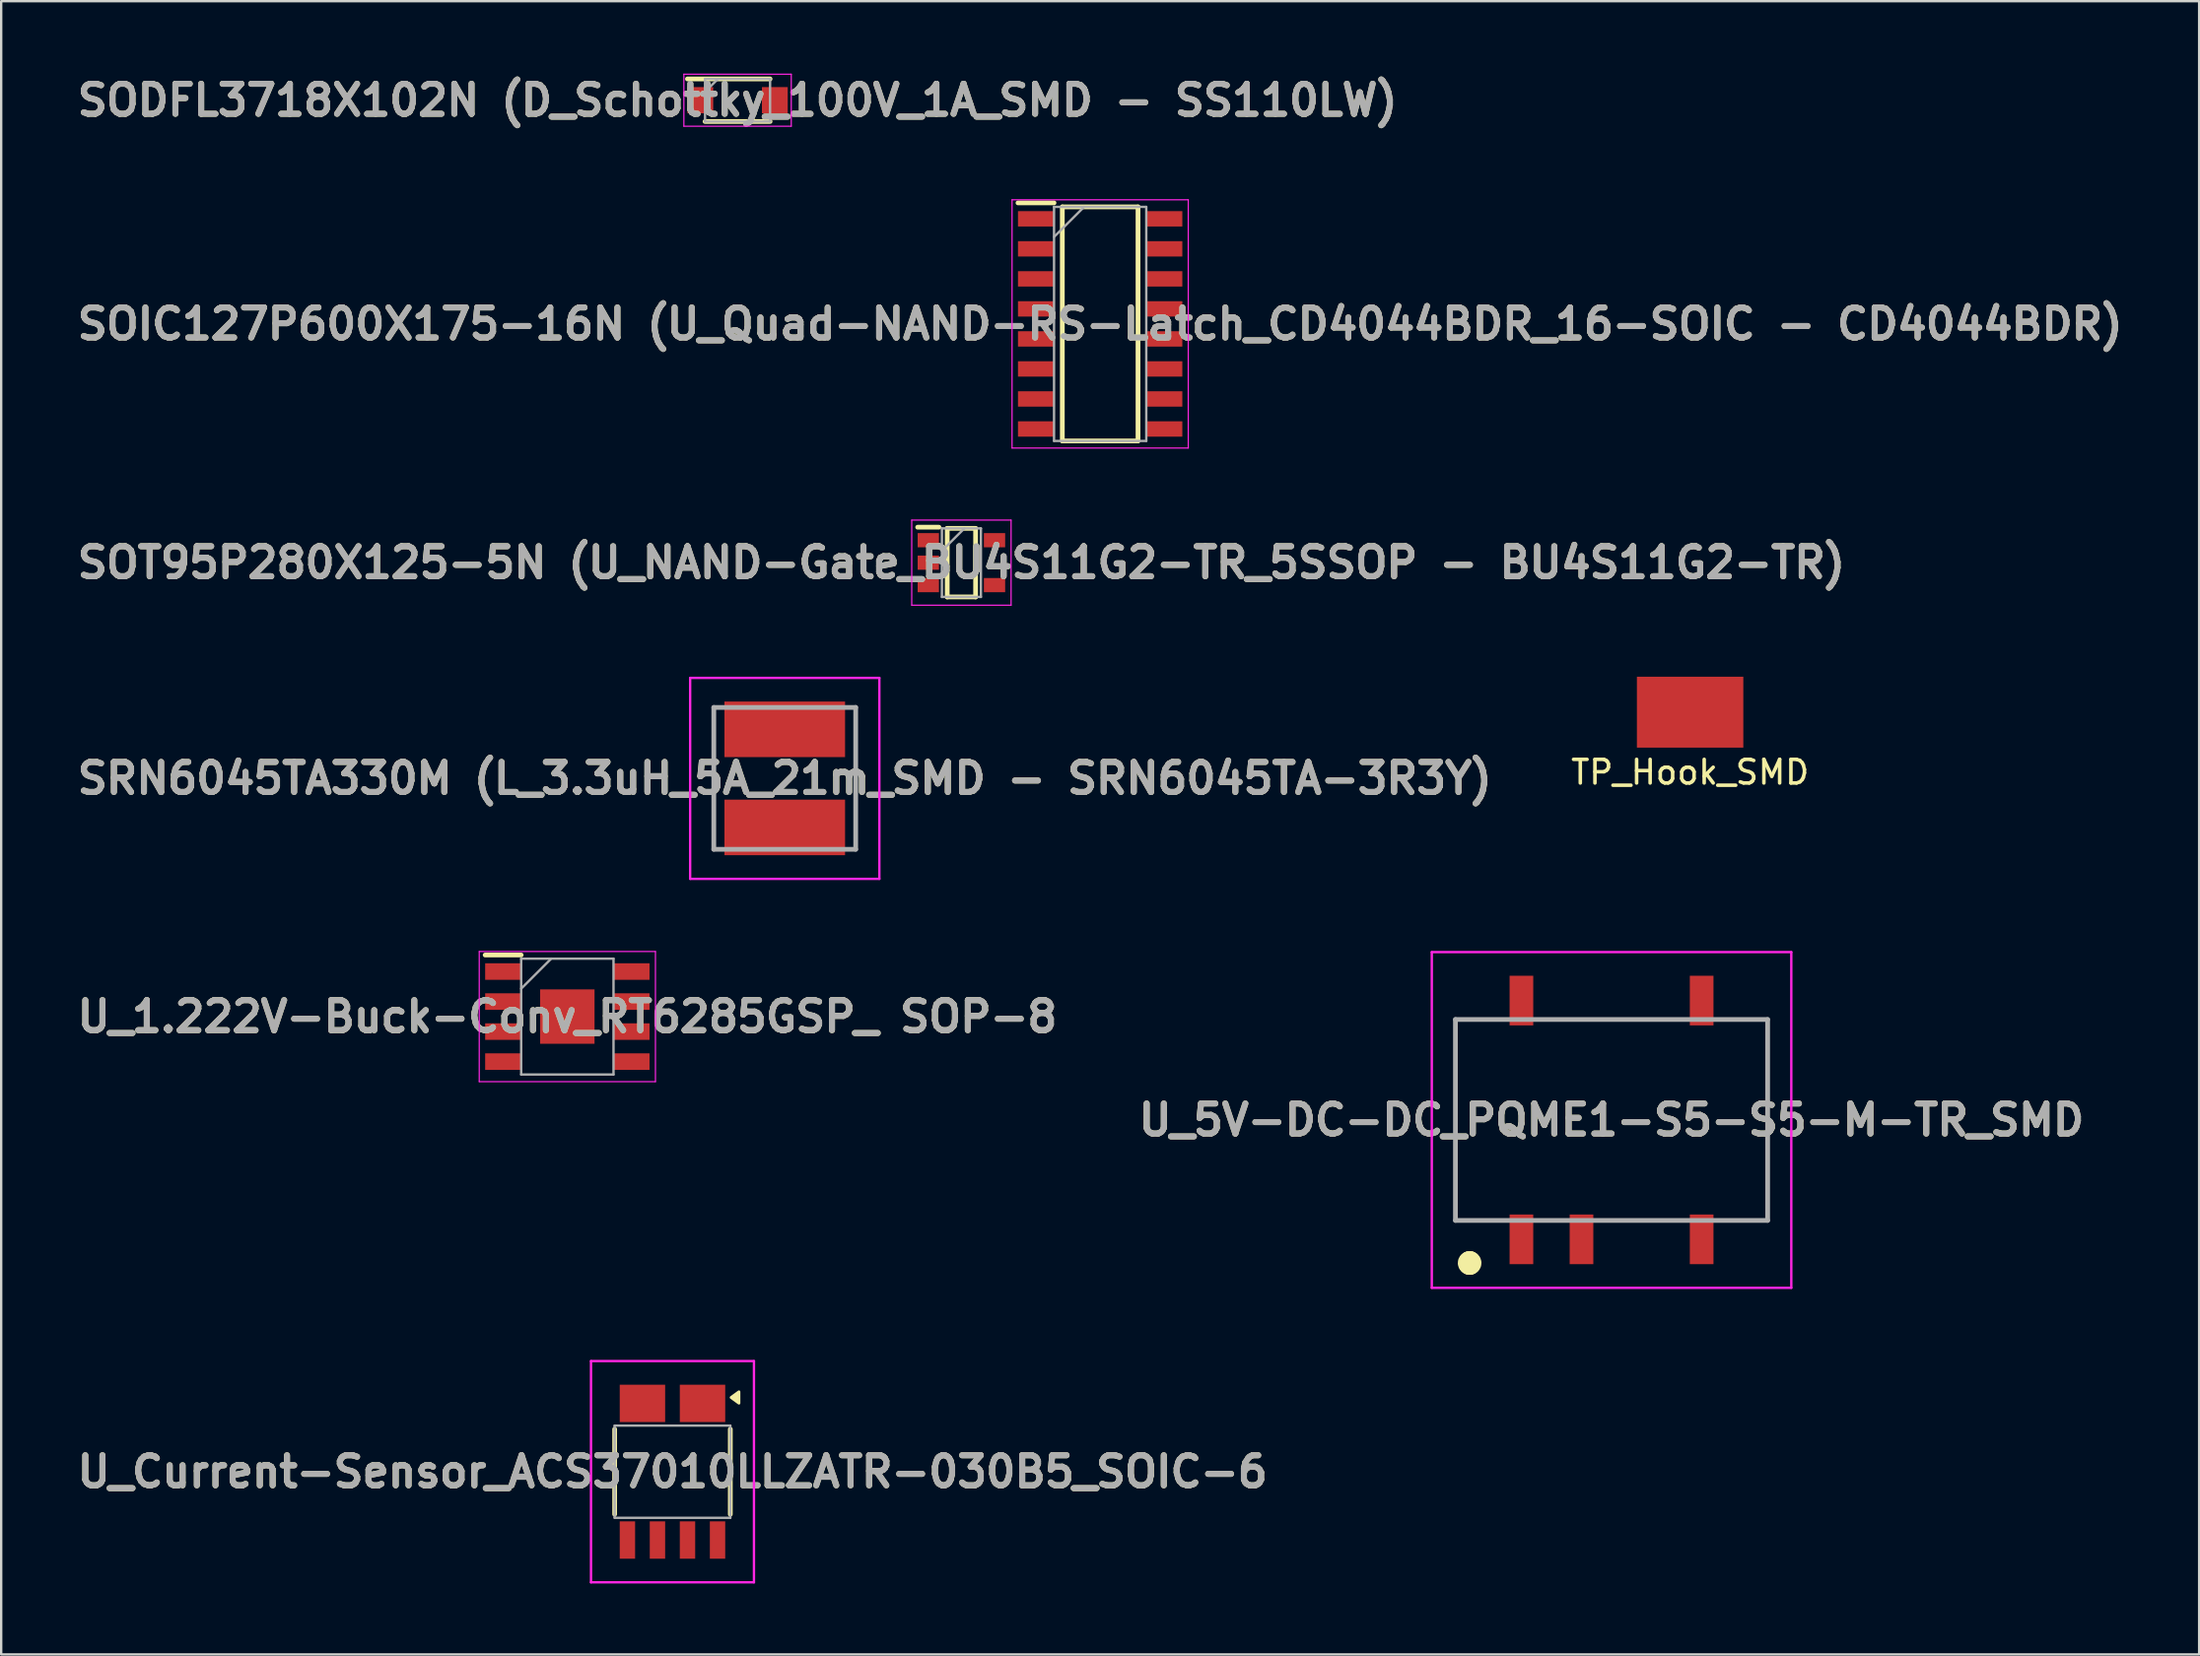
<source format=kicad_pcb>
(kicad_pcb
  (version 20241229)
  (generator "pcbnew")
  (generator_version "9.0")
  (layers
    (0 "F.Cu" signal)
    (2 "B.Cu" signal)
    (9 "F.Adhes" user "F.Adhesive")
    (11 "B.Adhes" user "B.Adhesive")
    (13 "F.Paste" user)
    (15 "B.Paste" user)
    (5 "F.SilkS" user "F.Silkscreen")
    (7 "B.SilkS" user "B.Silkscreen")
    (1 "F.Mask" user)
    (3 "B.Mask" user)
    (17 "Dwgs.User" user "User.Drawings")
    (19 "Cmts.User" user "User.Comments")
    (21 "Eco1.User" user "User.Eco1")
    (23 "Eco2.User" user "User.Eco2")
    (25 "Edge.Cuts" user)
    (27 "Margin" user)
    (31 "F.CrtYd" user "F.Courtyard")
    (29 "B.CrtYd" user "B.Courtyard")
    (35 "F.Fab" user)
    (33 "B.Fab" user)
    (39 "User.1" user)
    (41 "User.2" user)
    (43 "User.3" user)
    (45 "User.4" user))
  (footprint "SOIC127P600X175-16N (U_Quad-NAND-RS-Latch_CD4044BDR_16-SOIC - CD4044BDR)"
    (layer "F.Cu")
    (at 43.464 10.652)
    (property "Reference" "SOIC127P600X175-16N (U_Quad-NAND-RS-Latch_CD4044BDR_16-SOIC - CD4044BDR)" (at 0 0 0) (layer "F.SilkS") (effects (font (size 1.27 1.27) (thickness 0.254))))
    (attr smd)
    (fp_line (start -3.475 -5.12) (end -1.95 -5.12) (stroke (width 0.2) (type solid)) (layer "F.SilkS"))
    (fp_line (start -1.6 -4.95) (end 1.6 -4.95) (stroke (width 0.2) (type solid)) (layer "F.SilkS"))
    (fp_line (start -1.6 4.95) (end -1.6 -4.95) (stroke (width 0.2) (type solid)) (layer "F.SilkS"))
    (fp_line (start 1.6 -4.95) (end 1.6 4.95) (stroke (width 0.2) (type solid)) (layer "F.SilkS"))
    (fp_line (start 1.6 4.95) (end -1.6 4.95) (stroke (width 0.2) (type solid)) (layer "F.SilkS"))
    (fp_line (start -3.725 -5.25) (end 3.725 -5.25) (stroke (width 0.05) (type solid)) (layer "F.CrtYd"))
    (fp_line (start -3.725 5.25) (end -3.725 -5.25) (stroke (width 0.05) (type solid)) (layer "F.CrtYd"))
    (fp_line (start 3.725 -5.25) (end 3.725 5.25) (stroke (width 0.05) (type solid)) (layer "F.CrtYd"))
    (fp_line (start 3.725 5.25) (end -3.725 5.25) (stroke (width 0.05) (type solid)) (layer "F.CrtYd"))
    (fp_line (start -1.95 -4.95) (end 1.95 -4.95) (stroke (width 0.1) (type solid)) (layer "F.Fab"))
    (fp_line (start -1.95 -3.68) (end -0.68 -4.95) (stroke (width 0.1) (type solid)) (layer "F.Fab"))
    (fp_line (start -1.95 4.95) (end -1.95 -4.95) (stroke (width 0.1) (type solid)) (layer "F.Fab"))
    (fp_line (start 1.95 -4.95) (end 1.95 4.95) (stroke (width 0.1) (type solid)) (layer "F.Fab"))
    (fp_line (start 1.95 4.95) (end -1.95 4.95) (stroke (width 0.1) (type solid)) (layer "F.Fab"))
    (fp_text user "${REFERENCE}" (at 0 0 0) (layer "F.Fab") (effects (font (size 1.27 1.27) (thickness 0.254))))
    (pad "1" smd rect (at -2.712 -4.445 90) (size 0.65 1.525) (layers "F.Cu" "F.Mask" "F.Paste"))
    (pad "2" smd rect (at -2.712 -3.175 90) (size 0.65 1.525) (layers "F.Cu" "F.Mask" "F.Paste"))
    (pad "3" smd rect (at -2.712 -1.905 90) (size 0.65 1.525) (layers "F.Cu" "F.Mask" "F.Paste"))
    (pad "4" smd rect (at -2.712 -0.635 90) (size 0.65 1.525) (layers "F.Cu" "F.Mask" "F.Paste"))
    (pad "5" smd rect (at -2.712 0.635 90) (size 0.65 1.525) (layers "F.Cu" "F.Mask" "F.Paste"))
    (pad "6" smd rect (at -2.712 1.905 90) (size 0.65 1.525) (layers "F.Cu" "F.Mask" "F.Paste"))
    (pad "7" smd rect (at -2.712 3.175 90) (size 0.65 1.525) (layers "F.Cu" "F.Mask" "F.Paste"))
    (pad "8" smd rect (at -2.712 4.445 90) (size 0.65 1.525) (layers "F.Cu" "F.Mask" "F.Paste"))
    (pad "9" smd rect (at 2.712 4.445 90) (size 0.65 1.525) (layers "F.Cu" "F.Mask" "F.Paste"))
    (pad "10" smd rect (at 2.712 3.175 90) (size 0.65 1.525) (layers "F.Cu" "F.Mask" "F.Paste"))
    (pad "11" smd rect (at 2.712 1.905 90) (size 0.65 1.525) (layers "F.Cu" "F.Mask" "F.Paste"))
    (pad "12" smd rect (at 2.712 0.635 90) (size 0.65 1.525) (layers "F.Cu" "F.Mask" "F.Paste"))
    (pad "13" smd rect (at 2.712 -0.635 90) (size 0.65 1.525) (layers "F.Cu" "F.Mask" "F.Paste"))
    (pad "14" smd rect (at 2.712 -1.905 90) (size 0.65 1.525) (layers "F.Cu" "F.Mask" "F.Paste"))
    (pad "15" smd rect (at 2.712 -3.175 90) (size 0.65 1.525) (layers "F.Cu" "F.Mask" "F.Paste"))
    (pad "16" smd rect (at 2.712 -4.445 90) (size 0.65 1.525) (layers "F.Cu" "F.Mask" "F.Paste")))
  (footprint "U_1.222V-Buck-Conv_RT6285GSP_ SOP-8"
    (layer "F.Cu")
    (at 20.937 39.954)
    (property "Reference" "U_1.222V-Buck-Conv_RT6285GSP_ SOP-8" (at 0 0 0) (layer "F.SilkS") (effects (font (size 1.27 1.27) (thickness 0.254))))
    (attr smd)
    (fp_line (start -3.475 -2.605) (end -1.952 -2.605) (stroke (width 0.2) (type solid)) (layer "F.SilkS"))
    (fp_line (start -3.725 -2.752) (end 3.725 -2.752) (stroke (width 0.05) (type solid)) (layer "F.CrtYd"))
    (fp_line (start -3.725 2.752) (end -3.725 -2.752) (stroke (width 0.05) (type solid)) (layer "F.CrtYd"))
    (fp_line (start 3.725 -2.752) (end 3.725 2.752) (stroke (width 0.05) (type solid)) (layer "F.CrtYd"))
    (fp_line (start 3.725 2.752) (end -3.725 2.752) (stroke (width 0.05) (type solid)) (layer "F.CrtYd"))
    (fp_line (start -1.952 -2.451) (end 1.952 -2.451) (stroke (width 0.1) (type solid)) (layer "F.Fab"))
    (fp_line (start -1.952 -1.181) (end -0.682 -2.451) (stroke (width 0.1) (type solid)) (layer "F.Fab"))
    (fp_line (start -1.952 2.451) (end -1.952 -2.451) (stroke (width 0.1) (type solid)) (layer "F.Fab"))
    (fp_line (start 1.952 -2.451) (end 1.952 2.451) (stroke (width 0.1) (type solid)) (layer "F.Fab"))
    (fp_line (start 1.952 2.451) (end -1.952 2.451) (stroke (width 0.1) (type solid)) (layer "F.Fab"))
    (fp_text user "${REFERENCE}" (at 0 0 0) (layer "F.Fab") (effects (font (size 1.27 1.27) (thickness 0.254))))
    (pad "1" smd rect (at -2.714 -1.905 90) (size 0.7 1.522) (layers "F.Cu" "F.Mask" "F.Paste"))
    (pad "2" smd rect (at -2.714 -0.635 90) (size 0.7 1.522) (layers "F.Cu" "F.Mask" "F.Paste"))
    (pad "3" smd rect (at -2.714 0.635 90) (size 0.7 1.522) (layers "F.Cu" "F.Mask" "F.Paste"))
    (pad "4" smd rect (at -2.714 1.905 90) (size 0.7 1.522) (layers "F.Cu" "F.Mask" "F.Paste"))
    (pad "5" smd rect (at 2.714 1.905 90) (size 0.7 1.522) (layers "F.Cu" "F.Mask" "F.Paste"))
    (pad "6" smd rect (at 2.714 0.635 90) (size 0.7 1.522) (layers "F.Cu" "F.Mask" "F.Paste"))
    (pad "7" smd rect (at 2.714 -0.635 90) (size 0.7 1.522) (layers "F.Cu" "F.Mask" "F.Paste"))
    (pad "8" smd rect (at 2.714 -1.905 90) (size 0.7 1.522) (layers "F.Cu" "F.Mask" "F.Paste"))
    (pad "9" smd rect (at 0 0) (size 2.3 2.3) (layers "F.Cu" "F.Mask" "F.Paste")))
  (footprint "TP_Hook_SMD"
    (layer "F.Cu")
    (at 68.407 27.077)
    (property "Reference" "TP_Hook_SMD" (at 0 2.54 0) (layer "F.SilkS") (effects (font (size 1 1) (thickness 0.15))))
    (attr smd)
    (pad "1" smd rect (at 0 0) (size 4.5 3) (layers "F.Cu" "F.Mask" "F.Paste")))
  (footprint "SOT95P280X125-5N (U_NAND-Gate_BU4S11G2-TR_5SSOP - BU4S11G2-TR)"
    (layer "F.Cu")
    (at 37.598 20.752)
    (property "Reference" "SOT95P280X125-5N (U_NAND-Gate_BU4S11G2-TR_5SSOP - BU4S11G2-TR)" (at 0 0 0) (layer "F.SilkS") (effects (font (size 1.27 1.27) (thickness 0.254))))
    (attr smd)
    (fp_line (start -1.85 -1.5) (end -0.95 -1.5) (stroke (width 0.2) (type solid)) (layer "F.SilkS"))
    (fp_line (start -0.6 -1.45) (end 0.6 -1.45) (stroke (width 0.2) (type solid)) (layer "F.SilkS"))
    (fp_line (start -0.6 1.45) (end -0.6 -1.45) (stroke (width 0.2) (type solid)) (layer "F.SilkS"))
    (fp_line (start 0.6 -1.45) (end 0.6 1.45) (stroke (width 0.2) (type solid)) (layer "F.SilkS"))
    (fp_line (start 0.6 1.45) (end -0.6 1.45) (stroke (width 0.2) (type solid)) (layer "F.SilkS"))
    (fp_line (start -2.1 -1.8) (end 2.1 -1.8) (stroke (width 0.05) (type solid)) (layer "F.CrtYd"))
    (fp_line (start -2.1 1.8) (end -2.1 -1.8) (stroke (width 0.05) (type solid)) (layer "F.CrtYd"))
    (fp_line (start 2.1 -1.8) (end 2.1 1.8) (stroke (width 0.05) (type solid)) (layer "F.CrtYd"))
    (fp_line (start 2.1 1.8) (end -2.1 1.8) (stroke (width 0.05) (type solid)) (layer "F.CrtYd"))
    (fp_line (start -0.825 -1.45) (end 0.825 -1.45) (stroke (width 0.1) (type solid)) (layer "F.Fab"))
    (fp_line (start -0.825 -0.5) (end 0.125 -1.45) (stroke (width 0.1) (type solid)) (layer "F.Fab"))
    (fp_line (start -0.825 1.45) (end -0.825 -1.45) (stroke (width 0.1) (type solid)) (layer "F.Fab"))
    (fp_line (start 0.825 -1.45) (end 0.825 1.45) (stroke (width 0.1) (type solid)) (layer "F.Fab"))
    (fp_line (start 0.825 1.45) (end -0.825 1.45) (stroke (width 0.1) (type solid)) (layer "F.Fab"))
    (fp_text user "${REFERENCE}" (at 0 0 0) (layer "F.Fab") (effects (font (size 1.27 1.27) (thickness 0.254))))
    (pad "1" smd rect (at -1.4 -0.95 90) (size 0.6 0.9) (layers "F.Cu" "F.Mask" "F.Paste"))
    (pad "2" smd rect (at -1.4 0 90) (size 0.6 0.9) (layers "F.Cu" "F.Mask" "F.Paste"))
    (pad "3" smd rect (at -1.4 0.95 90) (size 0.6 0.9) (layers "F.Cu" "F.Mask" "F.Paste"))
    (pad "4" smd rect (at 1.4 0.95 90) (size 0.6 0.9) (layers "F.Cu" "F.Mask" "F.Paste"))
    (pad "5" smd rect (at 1.4 -0.95 90) (size 0.6 0.9) (layers "F.Cu" "F.Mask" "F.Paste")))
  (footprint "SRN6045TA330M (L_3.3uH_5A_21m_SMD - SRN6045TA-3R3Y)"
    (layer "F.Cu")
    (at 30.129 29.877)
    (property "Reference" "SRN6045TA330M (L_3.3uH_5A_21m_SMD - SRN6045TA-3R3Y)" (at 0 0 0) (layer "F.SilkS") (effects (font (size 1.27 1.27) (thickness 0.254))))
    (attr smd)
    (fp_line (start -3 -3) (end -3 3) (stroke (width 0.1) (type solid)) (layer "F.SilkS"))
    (fp_line (start 3 -3) (end 3 3) (stroke (width 0.1) (type solid)) (layer "F.SilkS"))
    (fp_line (start -4 -4.25) (end 4 -4.25) (stroke (width 0.1) (type solid)) (layer "F.CrtYd"))
    (fp_line (start -4 4.25) (end -4 -4.25) (stroke (width 0.1) (type solid)) (layer "F.CrtYd"))
    (fp_line (start 4 -4.25) (end 4 4.25) (stroke (width 0.1) (type solid)) (layer "F.CrtYd"))
    (fp_line (start 4 4.25) (end -4 4.25) (stroke (width 0.1) (type solid)) (layer "F.CrtYd"))
    (fp_line (start -3 -3) (end 3 -3) (stroke (width 0.2) (type solid)) (layer "F.Fab"))
    (fp_line (start -3 3) (end -3 -3) (stroke (width 0.2) (type solid)) (layer "F.Fab"))
    (fp_line (start 3 -3) (end 3 3) (stroke (width 0.2) (type solid)) (layer "F.Fab"))
    (fp_line (start 3 3) (end -3 3) (stroke (width 0.2) (type solid)) (layer "F.Fab"))
    (fp_text user "${REFERENCE}" (at 0 0 0) (layer "F.Fab") (effects (font (size 1.27 1.27) (thickness 0.254))))
    (pad "1" smd rect (at 0 2.075 90) (size 2.35 5.1) (layers "F.Cu" "F.Mask" "F.Paste"))
    (pad "2" smd rect (at 0 -2.075 90) (size 2.35 5.1) (layers "F.Cu" "F.Mask" "F.Paste")))
  (footprint "SODFL3718X102N (D_Schottky_100V_1A_SMD - SS110LW)"
    (layer "F.Cu")
    (at 28.134 1.189)
    (property "Reference" "SODFL3718X102N (D_Schottky_100V_1A_SMD - SS110LW)" (at 0 0 0) (layer "F.SilkS") (effects (font (size 1.27 1.27) (thickness 0.254))))
    (attr smd)
    (fp_line (start -2.12 -0.9) (end 1.375 -0.9) (stroke (width 0.2) (type solid)) (layer "F.SilkS"))
    (fp_line (start -1.375 0.9) (end 1.375 0.9) (stroke (width 0.2) (type solid)) (layer "F.SilkS"))
    (fp_line (start -2.27 -1.1) (end 2.27 -1.1) (stroke (width 0.05) (type solid)) (layer "F.CrtYd"))
    (fp_line (start -2.27 1.1) (end -2.27 -1.1) (stroke (width 0.05) (type solid)) (layer "F.CrtYd"))
    (fp_line (start 2.27 -1.1) (end 2.27 1.1) (stroke (width 0.05) (type solid)) (layer "F.CrtYd"))
    (fp_line (start 2.27 1.1) (end -2.27 1.1) (stroke (width 0.05) (type solid)) (layer "F.CrtYd"))
    (fp_line (start -1.375 -0.9) (end 1.375 -0.9) (stroke (width 0.1) (type solid)) (layer "F.Fab"))
    (fp_line (start -1.375 -0.355) (end -0.83 -0.9) (stroke (width 0.1) (type solid)) (layer "F.Fab"))
    (fp_line (start -1.375 0.9) (end -1.375 -0.9) (stroke (width 0.1) (type solid)) (layer "F.Fab"))
    (fp_line (start 1.375 -0.9) (end 1.375 0.9) (stroke (width 0.1) (type solid)) (layer "F.Fab"))
    (fp_line (start 1.375 0.9) (end -1.375 0.9) (stroke (width 0.1) (type solid)) (layer "F.Fab"))
    (fp_text user "${REFERENCE}" (at 0 0 0) (layer "F.Fab") (effects (font (size 1.27 1.27) (thickness 0.254))))
    (pad "1" smd rect (at -1.575 0) (size 1.09 1.11) (layers "F.Cu" "F.Mask" "F.Paste"))
    (pad "2" smd rect (at 1.575 0) (size 1.09 1.11) (layers "F.Cu" "F.Mask" "F.Paste")))
  (footprint "U_5V-DC-DC_PQME1-S5-S5-M-TR_SMD"
    (layer "F.Cu")
    (at 65.085 44.327)
    (property "Reference" "U_5V-DC-DC_PQME1-S5-S5-M-TR_SMD" (at 0 0 0) (layer "F.SilkS") (effects (font (size 1.27 1.27) (thickness 0.254))))
    (attr smd)
    (fp_line (start -6.6 -4.25) (end -6.6 4.25) (stroke (width 0.1) (type solid)) (layer "F.SilkS"))
    (fp_line (start -6.6 4.25) (end -5.5 4.25) (stroke (width 0.1) (type solid)) (layer "F.SilkS"))
    (fp_line (start -6 6) (end -6 6) (stroke (width 0.9) (type solid)) (layer "F.SilkS"))
    (fp_line (start -6 6.1) (end -6 6.1) (stroke (width 0.9) (type solid)) (layer "F.SilkS"))
    (fp_line (start -5.5 -4.25) (end -6.6 -4.25) (stroke (width 0.1) (type solid)) (layer "F.SilkS"))
    (fp_line (start -2 -4.25) (end 1.5 -4.25) (stroke (width 0.1) (type solid)) (layer "F.SilkS"))
    (fp_line (start 0.5 4.25) (end 1.5 4.25) (stroke (width 0.1) (type solid)) (layer "F.SilkS"))
    (fp_line (start 5.5 -4.25) (end 6.6 -4.25) (stroke (width 0.1) (type solid)) (layer "F.SilkS"))
    (fp_line (start 6.6 -4.25) (end 6.6 4.25) (stroke (width 0.1) (type solid)) (layer "F.SilkS"))
    (fp_line (start 6.6 4.25) (end 5.5 4.25) (stroke (width 0.1) (type solid)) (layer "F.SilkS"))
    (fp_arc (start -6 6) (mid -5.95 6.05) (end -6 6.1) (stroke (width 0.9) (type solid)) (layer "F.SilkS"))
    (fp_arc (start -6 6.1) (mid -6.05 6.05) (end -6 6) (stroke (width 0.9) (type solid)) (layer "F.SilkS"))
    (fp_line (start -7.6 -7.1) (end 7.6 -7.1) (stroke (width 0.1) (type solid)) (layer "F.CrtYd"))
    (fp_line (start -7.6 7.1) (end -7.6 -7.1) (stroke (width 0.1) (type solid)) (layer "F.CrtYd"))
    (fp_line (start 7.6 -7.1) (end 7.6 7.1) (stroke (width 0.1) (type solid)) (layer "F.CrtYd"))
    (fp_line (start 7.6 7.1) (end -7.6 7.1) (stroke (width 0.1) (type solid)) (layer "F.CrtYd"))
    (fp_line (start -6.6 -4.25) (end 6.6 -4.25) (stroke (width 0.2) (type solid)) (layer "F.Fab"))
    (fp_line (start -6.6 4.25) (end -6.6 -4.25) (stroke (width 0.2) (type solid)) (layer "F.Fab"))
    (fp_line (start 6.6 -4.25) (end 6.6 4.25) (stroke (width 0.2) (type solid)) (layer "F.Fab"))
    (fp_line (start 6.6 4.25) (end -6.6 4.25) (stroke (width 0.2) (type solid)) (layer "F.Fab"))
    (fp_text user "${REFERENCE}" (at 0 0 0) (layer "F.Fab") (effects (font (size 1.27 1.27) (thickness 0.254))))
    (pad "1" smd rect (at -3.81 5.05) (size 1 2.1) (layers "F.Cu" "F.Mask" "F.Paste"))
    (pad "2" smd rect (at -1.27 5.05) (size 1 2.1) (layers "F.Cu" "F.Mask" "F.Paste"))
    (pad "4" smd rect (at 3.81 5.05) (size 1 2.1) (layers "F.Cu" "F.Mask" "F.Paste"))
    (pad "5" smd rect (at 3.81 -5.05) (size 1 2.1) (layers "F.Cu" "F.Mask" "F.Paste"))
    (pad "8" smd rect (at -3.81 -5.05) (size 1 2.1) (layers "F.Cu" "F.Mask" "F.Paste")))
  (footprint "U_Current-Sensor_ACS37010LLZATR-030B5_SOIC-6"
    (layer "F.Cu")
    (at 25.382 59.207)
    (property "Reference" "U_Current-Sensor_ACS37010LLZATR-030B5_SOIC-6" (at 0 0 0) (layer "F.SilkS") (effects (font (size 1.27 1.27) (thickness 0.254))))
    (attr smd)
    (fp_line (start -2.445 -1.8) (end -2.445 1.8) (stroke (width 0.2) (type solid)) (layer "F.SilkS"))
    (fp_line (start 2.445 -1.8) (end 2.445 1.8) (stroke (width 0.2) (type solid)) (layer "F.SilkS"))
    (fp_poly (pts (xy 2.48 -3.14) (xy 2.81 -3.38) (xy 2.81 -2.9)) (stroke (width 0.12) (type solid)) (fill yes) (layer "F.SilkS"))
    (fp_line (start -3.445 -4.68) (end 3.445 -4.68) (stroke (width 0.1) (type solid)) (layer "F.CrtYd"))
    (fp_line (start -3.445 4.68) (end -3.445 -4.68) (stroke (width 0.1) (type solid)) (layer "F.CrtYd"))
    (fp_line (start 3.445 -4.68) (end 3.445 4.68) (stroke (width 0.1) (type solid)) (layer "F.CrtYd"))
    (fp_line (start 3.445 4.68) (end -3.445 4.68) (stroke (width 0.1) (type solid)) (layer "F.CrtYd"))
    (fp_line (start -2.445 -1.95) (end 2.445 -1.95) (stroke (width 0.1) (type solid)) (layer "F.Fab"))
    (fp_line (start -2.445 1.95) (end -2.445 -1.95) (stroke (width 0.1) (type solid)) (layer "F.Fab"))
    (fp_line (start 2.445 -1.95) (end 2.445 1.95) (stroke (width 0.1) (type solid)) (layer "F.Fab"))
    (fp_line (start 2.445 1.95) (end -2.445 1.95) (stroke (width 0.1) (type solid)) (layer "F.Fab"))
    (fp_text user "${REFERENCE}" (at 0 0 0) (layer "F.Fab") (effects (font (size 1.27 1.27) (thickness 0.254))))
    (pad "1" smd rect (at 1.27 -2.89 90) (size 1.58 1.92) (layers "F.Cu" "F.Mask" "F.Paste"))
    (pad "4" smd rect (at -1.27 -2.89 90) (size 1.58 1.92) (layers "F.Cu" "F.Mask" "F.Paste"))
    (pad "5" smd rect (at -1.905 2.89) (size 0.65 1.58) (layers "F.Cu" "F.Mask" "F.Paste"))
    (pad "6" smd rect (at -0.635 2.89) (size 0.65 1.58) (layers "F.Cu" "F.Mask" "F.Paste"))
    (pad "7" smd rect (at 0.635 2.89) (size 0.65 1.58) (layers "F.Cu" "F.Mask" "F.Paste"))
    (pad "8" smd rect (at 1.905 2.89) (size 0.65 1.58) (layers "F.Cu" "F.Mask" "F.Paste")))
  (gr_rect
    (start -3 -3)
    (end 89.928 66.937)
    (stroke (width 0.1) (type default))
    (fill no)
    (layer "Edge.Cuts")))
</source>
